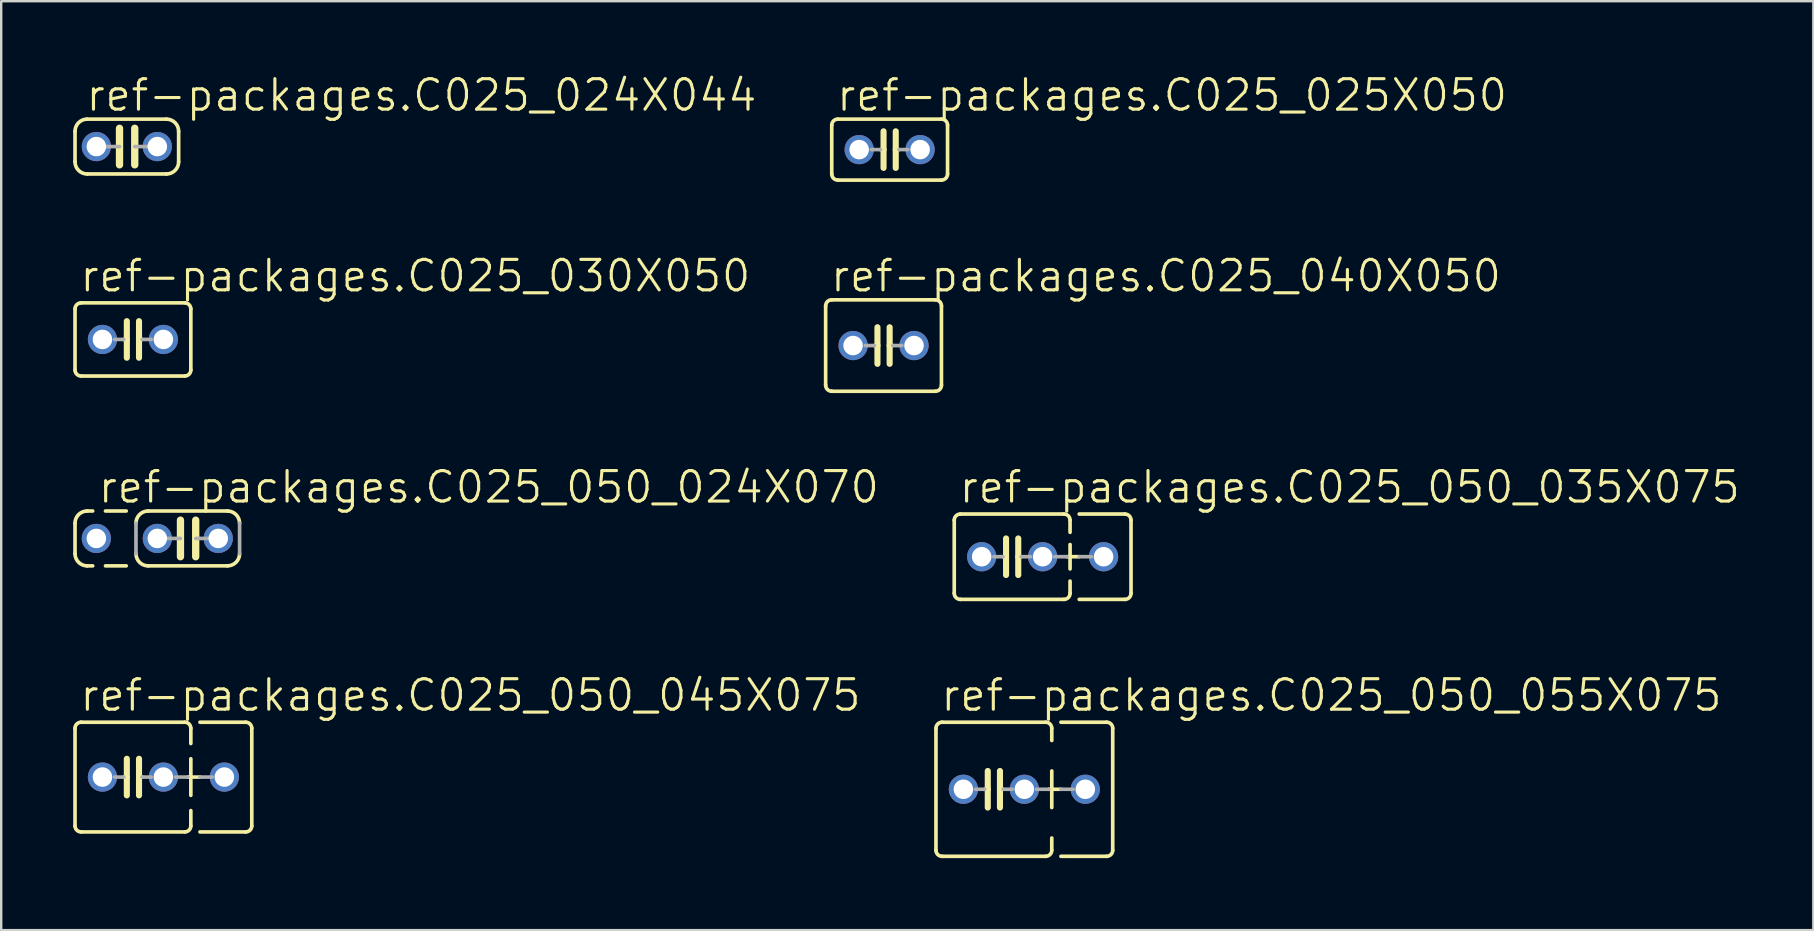
<source format=kicad_pcb>
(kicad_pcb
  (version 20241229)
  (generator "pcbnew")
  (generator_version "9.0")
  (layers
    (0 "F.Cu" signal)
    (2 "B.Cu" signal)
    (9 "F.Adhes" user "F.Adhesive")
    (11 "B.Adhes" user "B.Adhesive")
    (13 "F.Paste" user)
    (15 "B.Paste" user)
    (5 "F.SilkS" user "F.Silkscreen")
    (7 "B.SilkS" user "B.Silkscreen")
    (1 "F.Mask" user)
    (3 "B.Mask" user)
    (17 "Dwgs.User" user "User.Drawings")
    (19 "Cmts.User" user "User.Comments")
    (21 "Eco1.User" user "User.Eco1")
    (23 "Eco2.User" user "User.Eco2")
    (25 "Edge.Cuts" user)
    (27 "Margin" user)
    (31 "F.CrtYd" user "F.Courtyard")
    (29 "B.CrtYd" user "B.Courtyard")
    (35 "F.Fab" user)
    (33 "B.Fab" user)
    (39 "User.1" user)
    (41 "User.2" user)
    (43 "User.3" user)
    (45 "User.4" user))
  (footprint "ref-packages.C025_050_045X075"
    (layer "F.Cu")
    (at 2.489 29.331)
    (property "Reference" "ref-packages.C025_050_045X075" (at -2.286 -2.667 0) (layer "F.SilkS") (effects (font (size 1.27 1.27) (thickness 0.13)) (justify left bottom)))
    (attr through_hole)
    (fp_line (start -2.413 -2.032) (end -2.413 2.032) (stroke (width 0.152) (type default)) (layer "F.SilkS"))
    (fp_line (start -2.159 -2.286) (end 2.159 -2.286) (stroke (width 0.152) (type default)) (layer "F.SilkS"))
    (fp_line (start -0.254 -0.762) (end -0.254 0) (stroke (width 0.254) (type default)) (layer "F.SilkS"))
    (fp_line (start -0.254 0) (end -0.381 0) (stroke (width 0.152) (type default)) (layer "F.SilkS"))
    (fp_line (start -0.254 0) (end -0.254 0.762) (stroke (width 0.254) (type default)) (layer "F.SilkS"))
    (fp_line (start 0.254 0) (end 0.254 -0.762) (stroke (width 0.254) (type default)) (layer "F.SilkS"))
    (fp_line (start 0.254 0) (end 0.254 0.762) (stroke (width 0.254) (type default)) (layer "F.SilkS"))
    (fp_line (start 0.381 0) (end 0.254 0) (stroke (width 0.152) (type default)) (layer "F.SilkS"))
    (fp_line (start 2.159 2.286) (end -2.159 2.286) (stroke (width 0.152) (type default)) (layer "F.SilkS"))
    (fp_line (start 2.286 0) (end 2.794 0) (stroke (width 0.152) (type default)) (layer "F.SilkS"))
    (fp_line (start 2.413 -2.032) (end 2.413 -1.397) (stroke (width 0.152) (type default)) (layer "F.SilkS"))
    (fp_line (start 2.413 -0.762) (end 2.413 0.762) (stroke (width 0.152) (type default)) (layer "F.SilkS"))
    (fp_line (start 2.413 1.397) (end 2.413 2.032) (stroke (width 0.152) (type default)) (layer "F.SilkS"))
    (fp_line (start 2.794 -2.286) (end 4.699 -2.286) (stroke (width 0.152) (type default)) (layer "F.SilkS"))
    (fp_line (start 4.699 2.286) (end 2.794 2.286) (stroke (width 0.152) (type default)) (layer "F.SilkS"))
    (fp_line (start 4.953 -2.032) (end 4.953 2.032) (stroke (width 0.152) (type default)) (layer "F.SilkS"))
    (fp_arc (start -2.413 -2.032) (mid -2.338605 -2.211605) (end -2.159 -2.286) (stroke (width 0.1524) (type default)) (layer "F.SilkS"))
    (fp_arc (start -2.159 2.286) (mid -2.338605 2.211605) (end -2.413 2.032) (stroke (width 0.1524) (type default)) (layer "F.SilkS"))
    (fp_arc (start 2.159 -2.286) (mid 2.338605 -2.211605) (end 2.413 -2.032) (stroke (width 0.1524) (type default)) (layer "F.SilkS"))
    (fp_arc (start 2.413 2.032) (mid 2.338605 2.211605) (end 2.159 2.286) (stroke (width 0.1524) (type default)) (layer "F.SilkS"))
    (fp_arc (start 4.699 -2.286) (mid 4.878605 -2.211605) (end 4.953 -2.032) (stroke (width 0.1524) (type default)) (layer "F.SilkS"))
    (fp_arc (start 4.953 2.032) (mid 4.878605 2.211605) (end 4.699 2.286) (stroke (width 0.1524) (type default)) (layer "F.SilkS"))
    (fp_line (start -0.381 0) (end -0.762 0) (stroke (width 0.152) (type default)) (layer "F.Fab"))
    (fp_line (start 0.381 0) (end 0.762 0) (stroke (width 0.152) (type default)) (layer "F.Fab"))
    (fp_line (start 2.286 0) (end 1.778 0) (stroke (width 0.152) (type default)) (layer "F.Fab"))
    (fp_line (start 2.794 0) (end 3.302 0) (stroke (width 0.152) (type default)) (layer "F.Fab"))
    (pad "1" thru_hole circle (at -1.27 0) (size 1.219 1.219) (drill 0.813) (layers "*.Cu" "*.Mask"))
    (pad "2" thru_hole circle (at 1.27 0) (size 1.219 1.219) (drill 0.813) (layers "*.Cu" "*.Mask"))
    (pad "3" thru_hole circle (at 3.81 0) (size 1.219 1.219) (drill 0.813) (layers "*.Cu" "*.Mask")))
  (footprint "ref-packages.C025_040X050"
    (layer "F.Cu")
    (at 33.768 11.349)
    (property "Reference" "ref-packages.C025_040X050" (at -2.286 -2.159 0) (layer "F.SilkS") (effects (font (size 1.27 1.27) (thickness 0.13)) (justify left bottom)))
    (attr through_hole)
    (fp_line (start -2.413 -1.651) (end -2.413 1.651) (stroke (width 0.152) (type default)) (layer "F.SilkS"))
    (fp_line (start -2.159 -1.905) (end 2.159 -1.905) (stroke (width 0.152) (type default)) (layer "F.SilkS"))
    (fp_line (start -0.254 -0.762) (end -0.254 0) (stroke (width 0.254) (type default)) (layer "F.SilkS"))
    (fp_line (start -0.254 0) (end -0.381 0) (stroke (width 0.152) (type default)) (layer "F.SilkS"))
    (fp_line (start -0.254 0) (end -0.254 0.762) (stroke (width 0.254) (type default)) (layer "F.SilkS"))
    (fp_line (start 0.254 0) (end 0.254 -0.762) (stroke (width 0.254) (type default)) (layer "F.SilkS"))
    (fp_line (start 0.254 0) (end 0.254 0.762) (stroke (width 0.254) (type default)) (layer "F.SilkS"))
    (fp_line (start 0.381 0) (end 0.254 0) (stroke (width 0.152) (type default)) (layer "F.SilkS"))
    (fp_line (start 2.159 1.905) (end -2.159 1.905) (stroke (width 0.152) (type default)) (layer "F.SilkS"))
    (fp_line (start 2.413 -1.651) (end 2.413 1.651) (stroke (width 0.152) (type default)) (layer "F.SilkS"))
    (fp_arc (start -2.413 -1.651) (mid -2.338605 -1.830605) (end -2.159 -1.905) (stroke (width 0.1524) (type default)) (layer "F.SilkS"))
    (fp_arc (start -2.159 1.905) (mid -2.338605 1.830605) (end -2.413 1.651) (stroke (width 0.1524) (type default)) (layer "F.SilkS"))
    (fp_arc (start 2.159 -1.905) (mid 2.338605 -1.830605) (end 2.413 -1.651) (stroke (width 0.1524) (type default)) (layer "F.SilkS"))
    (fp_arc (start 2.413 1.651) (mid 2.338605 1.830605) (end 2.159 1.905) (stroke (width 0.1524) (type default)) (layer "F.SilkS"))
    (fp_line (start -0.381 0) (end -0.762 0) (stroke (width 0.152) (type default)) (layer "F.Fab"))
    (fp_line (start 0.762 0) (end 0.381 0) (stroke (width 0.152) (type default)) (layer "F.Fab"))
    (pad "1" thru_hole circle (at -1.27 0) (size 1.219 1.219) (drill 0.813) (layers "*.Cu" "*.Mask"))
    (pad "2" thru_hole circle (at 1.27 0) (size 1.219 1.219) (drill 0.813) (layers "*.Cu" "*.Mask")))
  (footprint "ref-packages.C025_050_024X070"
    (layer "F.Cu")
    (at 4.775 19.387)
    (property "Reference" "ref-packages.C025_050_024X070" (at -3.81 -1.397 0) (layer "F.SilkS") (effects (font (size 1.27 1.27) (thickness 0.13)) (justify left bottom)))
    (attr through_hole)
    (fp_line (start -4.699 0.635) (end -4.699 -0.635) (stroke (width 0.152) (type default)) (layer "F.SilkS"))
    (fp_line (start -4.191 -1.143) (end -3.962 -1.143) (stroke (width 0.152) (type default)) (layer "F.SilkS"))
    (fp_line (start -4.191 1.143) (end -3.962 1.143) (stroke (width 0.152) (type default)) (layer "F.SilkS"))
    (fp_line (start -3.429 -1.143) (end -2.565 -1.143) (stroke (width 0.152) (type default)) (layer "F.SilkS"))
    (fp_line (start -3.429 1.143) (end -2.565 1.143) (stroke (width 0.152) (type default)) (layer "F.SilkS"))
    (fp_line (start -0.305 -0.762) (end -0.305 0.762) (stroke (width 0.305) (type default)) (layer "F.SilkS"))
    (fp_line (start 0.33 -0.762) (end 0.33 0.762) (stroke (width 0.305) (type default)) (layer "F.SilkS"))
    (fp_line (start 1.651 -1.143) (end -1.651 -1.143) (stroke (width 0.152) (type default)) (layer "F.SilkS"))
    (fp_line (start 1.651 1.143) (end -1.651 1.143) (stroke (width 0.152) (type default)) (layer "F.SilkS"))
    (fp_arc (start -4.699 -0.635) (mid -4.55021 -0.99421) (end -4.191 -1.143) (stroke (width 0.1524) (type default)) (layer "F.SilkS"))
    (fp_arc (start -4.191 1.143) (mid -4.55021 0.99421) (end -4.699 0.635) (stroke (width 0.1524) (type default)) (layer "F.SilkS"))
    (fp_arc (start -2.159 -0.635) (mid -2.01021 -0.99421) (end -1.651 -1.143) (stroke (width 0.1524) (type default)) (layer "F.SilkS"))
    (fp_arc (start -1.651 1.143) (mid -2.01021 0.99421) (end -2.159 0.635) (stroke (width 0.1524) (type default)) (layer "F.SilkS"))
    (fp_arc (start 1.651 -1.143) (mid 2.01021 -0.99421) (end 2.159 -0.635) (stroke (width 0.1524) (type default)) (layer "F.SilkS"))
    (fp_arc (start 2.159 0.635) (mid 2.01021 0.99421) (end 1.651 1.143) (stroke (width 0.1524) (type default)) (layer "F.SilkS"))
    (fp_line (start -2.159 0.635) (end -2.159 -0.635) (stroke (width 0.152) (type default)) (layer "F.Fab"))
    (fp_line (start -1.27 0) (end -0.305 0) (stroke (width 0.152) (type default)) (layer "F.Fab"))
    (fp_line (start 1.27 0) (end 0.33 0) (stroke (width 0.152) (type default)) (layer "F.Fab"))
    (fp_line (start 2.159 0.635) (end 2.159 -0.635) (stroke (width 0.152) (type default)) (layer "F.Fab"))
    (pad "1" thru_hole circle (at -3.81 0) (size 1.219 1.219) (drill 0.813) (layers "*.Cu" "*.Mask"))
    (pad "2" thru_hole circle (at -1.27 0) (size 1.219 1.219) (drill 0.813) (layers "*.Cu" "*.Mask"))
    (pad "3" thru_hole circle (at 1.27 0) (size 1.219 1.219) (drill 0.813) (layers "*.Cu" "*.Mask")))
  (footprint "ref-packages.C025_030X050"
    (layer "F.Cu")
    (at 2.489 11.095)
    (property "Reference" "ref-packages.C025_030X050" (at -2.286 -1.905 0) (layer "F.SilkS") (effects (font (size 1.27 1.27) (thickness 0.13)) (justify left bottom)))
    (attr through_hole)
    (fp_line (start -2.413 -1.27) (end -2.413 1.27) (stroke (width 0.152) (type default)) (layer "F.SilkS"))
    (fp_line (start -2.159 -1.524) (end 2.159 -1.524) (stroke (width 0.152) (type default)) (layer "F.SilkS"))
    (fp_line (start -0.254 -0.762) (end -0.254 0) (stroke (width 0.254) (type default)) (layer "F.SilkS"))
    (fp_line (start -0.254 0) (end -0.381 0) (stroke (width 0.152) (type default)) (layer "F.SilkS"))
    (fp_line (start -0.254 0) (end -0.254 0.762) (stroke (width 0.254) (type default)) (layer "F.SilkS"))
    (fp_line (start 0.254 0) (end 0.254 -0.762) (stroke (width 0.254) (type default)) (layer "F.SilkS"))
    (fp_line (start 0.254 0) (end 0.254 0.762) (stroke (width 0.254) (type default)) (layer "F.SilkS"))
    (fp_line (start 0.381 0) (end 0.254 0) (stroke (width 0.152) (type default)) (layer "F.SilkS"))
    (fp_line (start 2.159 1.524) (end -2.159 1.524) (stroke (width 0.152) (type default)) (layer "F.SilkS"))
    (fp_line (start 2.413 -1.27) (end 2.413 1.27) (stroke (width 0.152) (type default)) (layer "F.SilkS"))
    (fp_arc (start -2.413 -1.27) (mid -2.338605 -1.449605) (end -2.159 -1.524) (stroke (width 0.1524) (type default)) (layer "F.SilkS"))
    (fp_arc (start -2.159 1.524) (mid -2.338605 1.449605) (end -2.413 1.27) (stroke (width 0.1524) (type default)) (layer "F.SilkS"))
    (fp_arc (start 2.159 -1.524) (mid 2.338605 -1.449605) (end 2.413 -1.27) (stroke (width 0.1524) (type default)) (layer "F.SilkS"))
    (fp_arc (start 2.413 1.27) (mid 2.338605 1.449605) (end 2.159 1.524) (stroke (width 0.1524) (type default)) (layer "F.SilkS"))
    (fp_line (start -0.381 0) (end -0.762 0) (stroke (width 0.152) (type default)) (layer "F.Fab"))
    (fp_line (start 0.762 0) (end 0.381 0) (stroke (width 0.152) (type default)) (layer "F.Fab"))
    (pad "1" thru_hole circle (at -1.27 0) (size 1.219 1.219) (drill 0.813) (layers "*.Cu" "*.Mask"))
    (pad "2" thru_hole circle (at 1.27 0) (size 1.219 1.219) (drill 0.813) (layers "*.Cu" "*.Mask")))
  (footprint "ref-packages.C025_050_035X075"
    (layer "F.Cu")
    (at 39.127 20.149)
    (property "Reference" "ref-packages.C025_050_035X075" (at -2.286 -2.159 0) (layer "F.SilkS") (effects (font (size 1.27 1.27) (thickness 0.13)) (justify left bottom)))
    (attr through_hole)
    (fp_line (start -2.413 -1.524) (end -2.413 1.524) (stroke (width 0.152) (type default)) (layer "F.SilkS"))
    (fp_line (start -2.159 -1.778) (end 2.159 -1.778) (stroke (width 0.152) (type default)) (layer "F.SilkS"))
    (fp_line (start -0.254 -0.762) (end -0.254 0) (stroke (width 0.254) (type default)) (layer "F.SilkS"))
    (fp_line (start -0.254 0) (end -0.381 0) (stroke (width 0.152) (type default)) (layer "F.SilkS"))
    (fp_line (start -0.254 0) (end -0.254 0.762) (stroke (width 0.254) (type default)) (layer "F.SilkS"))
    (fp_line (start 0.254 0) (end 0.254 -0.762) (stroke (width 0.254) (type default)) (layer "F.SilkS"))
    (fp_line (start 0.254 0) (end 0.254 0.762) (stroke (width 0.254) (type default)) (layer "F.SilkS"))
    (fp_line (start 0.381 0) (end 0.254 0) (stroke (width 0.152) (type default)) (layer "F.SilkS"))
    (fp_line (start 2.159 1.778) (end -2.159 1.778) (stroke (width 0.152) (type default)) (layer "F.SilkS"))
    (fp_line (start 2.286 0) (end 2.794 0) (stroke (width 0.152) (type default)) (layer "F.SilkS"))
    (fp_line (start 2.413 -1.524) (end 2.413 -1.016) (stroke (width 0.152) (type default)) (layer "F.SilkS"))
    (fp_line (start 2.413 -0.508) (end 2.413 0.508) (stroke (width 0.152) (type default)) (layer "F.SilkS"))
    (fp_line (start 2.413 1.016) (end 2.413 1.524) (stroke (width 0.152) (type default)) (layer "F.SilkS"))
    (fp_line (start 2.794 -1.778) (end 4.699 -1.778) (stroke (width 0.152) (type default)) (layer "F.SilkS"))
    (fp_line (start 4.699 1.778) (end 2.794 1.778) (stroke (width 0.152) (type default)) (layer "F.SilkS"))
    (fp_line (start 4.953 -1.524) (end 4.953 1.524) (stroke (width 0.152) (type default)) (layer "F.SilkS"))
    (fp_arc (start -2.413 -1.524) (mid -2.338605 -1.703605) (end -2.159 -1.778) (stroke (width 0.1524) (type default)) (layer "F.SilkS"))
    (fp_arc (start -2.159 1.778) (mid -2.338605 1.703605) (end -2.413 1.524) (stroke (width 0.1524) (type default)) (layer "F.SilkS"))
    (fp_arc (start 2.159 -1.778) (mid 2.338605 -1.703605) (end 2.413 -1.524) (stroke (width 0.1524) (type default)) (layer "F.SilkS"))
    (fp_arc (start 2.413 1.524) (mid 2.338605 1.703605) (end 2.159 1.778) (stroke (width 0.1524) (type default)) (layer "F.SilkS"))
    (fp_arc (start 4.699 -1.778) (mid 4.878605 -1.703605) (end 4.953 -1.524) (stroke (width 0.1524) (type default)) (layer "F.SilkS"))
    (fp_arc (start 4.953 1.524) (mid 4.878605 1.703605) (end 4.699 1.778) (stroke (width 0.1524) (type default)) (layer "F.SilkS"))
    (fp_line (start -0.381 0) (end -0.762 0) (stroke (width 0.152) (type default)) (layer "F.Fab"))
    (fp_line (start 0.381 0) (end 0.762 0) (stroke (width 0.152) (type default)) (layer "F.Fab"))
    (fp_line (start 2.286 0) (end 1.778 0) (stroke (width 0.152) (type default)) (layer "F.Fab"))
    (fp_line (start 2.794 0) (end 3.302 0) (stroke (width 0.152) (type default)) (layer "F.Fab"))
    (pad "1" thru_hole circle (at -1.27 0) (size 1.219 1.219) (drill 0.813) (layers "*.Cu" "*.Mask"))
    (pad "2" thru_hole circle (at 1.27 0) (size 1.219 1.219) (drill 0.813) (layers "*.Cu" "*.Mask"))
    (pad "3" thru_hole circle (at 3.81 0) (size 1.219 1.219) (drill 0.813) (layers "*.Cu" "*.Mask")))
  (footprint "ref-packages.C025_025X050"
    (layer "F.Cu")
    (at 34.022 3.184)
    (property "Reference" "ref-packages.C025_025X050" (at -2.286 -1.524 0) (layer "F.SilkS") (effects (font (size 1.27 1.27) (thickness 0.13)) (justify left bottom)))
    (attr through_hole)
    (fp_line (start -2.413 -1.016) (end -2.413 1.016) (stroke (width 0.152) (type default)) (layer "F.SilkS"))
    (fp_line (start -2.159 -1.27) (end 2.159 -1.27) (stroke (width 0.152) (type default)) (layer "F.SilkS"))
    (fp_line (start -0.254 -0.762) (end -0.254 0) (stroke (width 0.254) (type default)) (layer "F.SilkS"))
    (fp_line (start -0.254 0) (end -0.381 0) (stroke (width 0.152) (type default)) (layer "F.SilkS"))
    (fp_line (start -0.254 0) (end -0.254 0.762) (stroke (width 0.254) (type default)) (layer "F.SilkS"))
    (fp_line (start 0.254 0) (end 0.254 -0.762) (stroke (width 0.254) (type default)) (layer "F.SilkS"))
    (fp_line (start 0.254 0) (end 0.254 0.762) (stroke (width 0.254) (type default)) (layer "F.SilkS"))
    (fp_line (start 0.381 0) (end 0.254 0) (stroke (width 0.152) (type default)) (layer "F.SilkS"))
    (fp_line (start 2.159 1.27) (end -2.159 1.27) (stroke (width 0.152) (type default)) (layer "F.SilkS"))
    (fp_line (start 2.413 -1.016) (end 2.413 1.016) (stroke (width 0.152) (type default)) (layer "F.SilkS"))
    (fp_arc (start -2.413 -1.016) (mid -2.338605 -1.195605) (end -2.159 -1.27) (stroke (width 0.1524) (type default)) (layer "F.SilkS"))
    (fp_arc (start -2.159 1.27) (mid -2.338605 1.195605) (end -2.413 1.016) (stroke (width 0.1524) (type default)) (layer "F.SilkS"))
    (fp_arc (start 2.159 -1.27) (mid 2.338605 -1.195605) (end 2.413 -1.016) (stroke (width 0.1524) (type default)) (layer "F.SilkS"))
    (fp_arc (start 2.413 1.016) (mid 2.338605 1.195605) (end 2.159 1.27) (stroke (width 0.1524) (type default)) (layer "F.SilkS"))
    (fp_line (start -0.381 0) (end -0.762 0) (stroke (width 0.152) (type default)) (layer "F.Fab"))
    (fp_line (start 0.762 0) (end 0.381 0) (stroke (width 0.152) (type default)) (layer "F.Fab"))
    (pad "1" thru_hole circle (at -1.27 0) (size 1.219 1.219) (drill 0.813) (layers "*.Cu" "*.Mask"))
    (pad "2" thru_hole circle (at 1.27 0) (size 1.219 1.219) (drill 0.813) (layers "*.Cu" "*.Mask")))
  (footprint "ref-packages.C025_050_055X075"
    (layer "F.Cu")
    (at 38.365 29.839)
    (property "Reference" "ref-packages.C025_050_055X075" (at -2.286 -3.175 0) (layer "F.SilkS") (effects (font (size 1.27 1.27) (thickness 0.13)) (justify left bottom)))
    (attr through_hole)
    (fp_line (start -2.413 -2.54) (end -2.413 2.54) (stroke (width 0.152) (type default)) (layer "F.SilkS"))
    (fp_line (start -2.159 -2.794) (end 2.159 -2.794) (stroke (width 0.152) (type default)) (layer "F.SilkS"))
    (fp_line (start -0.254 -0.762) (end -0.254 0) (stroke (width 0.254) (type default)) (layer "F.SilkS"))
    (fp_line (start -0.254 0) (end -0.381 0) (stroke (width 0.152) (type default)) (layer "F.SilkS"))
    (fp_line (start -0.254 0) (end -0.254 0.762) (stroke (width 0.254) (type default)) (layer "F.SilkS"))
    (fp_line (start 0.254 0) (end 0.254 -0.762) (stroke (width 0.254) (type default)) (layer "F.SilkS"))
    (fp_line (start 0.254 0) (end 0.254 0.762) (stroke (width 0.254) (type default)) (layer "F.SilkS"))
    (fp_line (start 0.381 0) (end 0.254 0) (stroke (width 0.152) (type default)) (layer "F.SilkS"))
    (fp_line (start 2.159 2.794) (end -2.159 2.794) (stroke (width 0.152) (type default)) (layer "F.SilkS"))
    (fp_line (start 2.286 0) (end 2.794 0) (stroke (width 0.152) (type default)) (layer "F.SilkS"))
    (fp_line (start 2.413 -2.54) (end 2.413 -2.032) (stroke (width 0.152) (type default)) (layer "F.SilkS"))
    (fp_line (start 2.413 -0.762) (end 2.413 0.762) (stroke (width 0.152) (type default)) (layer "F.SilkS"))
    (fp_line (start 2.413 2.032) (end 2.413 2.54) (stroke (width 0.152) (type default)) (layer "F.SilkS"))
    (fp_line (start 2.794 -2.794) (end 4.699 -2.794) (stroke (width 0.152) (type default)) (layer "F.SilkS"))
    (fp_line (start 4.699 2.794) (end 2.794 2.794) (stroke (width 0.152) (type default)) (layer "F.SilkS"))
    (fp_line (start 4.953 -2.54) (end 4.953 2.54) (stroke (width 0.152) (type default)) (layer "F.SilkS"))
    (fp_arc (start -2.413 -2.54) (mid -2.338605 -2.719605) (end -2.159 -2.794) (stroke (width 0.1524) (type default)) (layer "F.SilkS"))
    (fp_arc (start -2.159 2.794) (mid -2.338605 2.719605) (end -2.413 2.54) (stroke (width 0.1524) (type default)) (layer "F.SilkS"))
    (fp_arc (start 2.159 -2.794) (mid 2.338605 -2.719605) (end 2.413 -2.54) (stroke (width 0.1524) (type default)) (layer "F.SilkS"))
    (fp_arc (start 2.413 2.54) (mid 2.338605 2.719605) (end 2.159 2.794) (stroke (width 0.1524) (type default)) (layer "F.SilkS"))
    (fp_arc (start 4.699 -2.794) (mid 4.878605 -2.719605) (end 4.953 -2.54) (stroke (width 0.1524) (type default)) (layer "F.SilkS"))
    (fp_arc (start 4.953 2.54) (mid 4.878605 2.719605) (end 4.699 2.794) (stroke (width 0.1524) (type default)) (layer "F.SilkS"))
    (fp_line (start -0.381 0) (end -0.762 0) (stroke (width 0.152) (type default)) (layer "F.Fab"))
    (fp_line (start 0.381 0) (end 0.762 0) (stroke (width 0.152) (type default)) (layer "F.Fab"))
    (fp_line (start 1.778 0) (end 2.286 0) (stroke (width 0.152) (type default)) (layer "F.Fab"))
    (fp_line (start 2.794 0) (end 3.302 0) (stroke (width 0.152) (type default)) (layer "F.Fab"))
    (pad "1" thru_hole circle (at -1.27 0) (size 1.219 1.219) (drill 0.813) (layers "*.Cu" "*.Mask"))
    (pad "2" thru_hole circle (at 1.27 0) (size 1.219 1.219) (drill 0.813) (layers "*.Cu" "*.Mask"))
    (pad "3" thru_hole circle (at 3.81 0) (size 1.219 1.219) (drill 0.813) (layers "*.Cu" "*.Mask")))
  (footprint "ref-packages.C025_024X044"
    (layer "F.Cu")
    (at 2.235 3.057)
    (property "Reference" "ref-packages.C025_024X044" (at -1.778 -1.397 0) (layer "F.SilkS") (effects (font (size 1.27 1.27) (thickness 0.13)) (justify left bottom)))
    (attr through_hole)
    (fp_line (start -2.159 0.635) (end -2.159 -0.635) (stroke (width 0.152) (type default)) (layer "F.SilkS"))
    (fp_line (start -0.305 -0.762) (end -0.305 0.762) (stroke (width 0.305) (type default)) (layer "F.SilkS"))
    (fp_line (start 0.33 -0.762) (end 0.33 0.762) (stroke (width 0.305) (type default)) (layer "F.SilkS"))
    (fp_line (start 1.651 -1.143) (end -1.651 -1.143) (stroke (width 0.152) (type default)) (layer "F.SilkS"))
    (fp_line (start 1.651 1.143) (end -1.651 1.143) (stroke (width 0.152) (type default)) (layer "F.SilkS"))
    (fp_line (start 2.159 0.635) (end 2.159 -0.635) (stroke (width 0.152) (type default)) (layer "F.SilkS"))
    (fp_arc (start -2.159 -0.635) (mid -2.01021 -0.99421) (end -1.651 -1.143) (stroke (width 0.1524) (type default)) (layer "F.SilkS"))
    (fp_arc (start -1.651 1.143) (mid -2.01021 0.99421) (end -2.159 0.635) (stroke (width 0.1524) (type default)) (layer "F.SilkS"))
    (fp_arc (start 1.651 -1.143) (mid 2.01021 -0.99421) (end 2.159 -0.635) (stroke (width 0.1524) (type default)) (layer "F.SilkS"))
    (fp_arc (start 2.159 0.635) (mid 2.01021 0.99421) (end 1.651 1.143) (stroke (width 0.1524) (type default)) (layer "F.SilkS"))
    (fp_line (start -1.27 0) (end -0.305 0) (stroke (width 0.152) (type default)) (layer "F.Fab"))
    (fp_line (start 1.27 0) (end 0.33 0) (stroke (width 0.152) (type default)) (layer "F.Fab"))
    (pad "1" thru_hole circle (at -1.27 0) (size 1.219 1.219) (drill 0.813) (layers "*.Cu" "*.Mask"))
    (pad "2" thru_hole circle (at 1.27 0) (size 1.219 1.219) (drill 0.813) (layers "*.Cu" "*.Mask")))
  (gr_rect
    (start -3 -3)
    (end 72.513 35.709)
    (stroke (width 0.1) (type default))
    (fill no)
    (layer "Edge.Cuts")))
</source>
